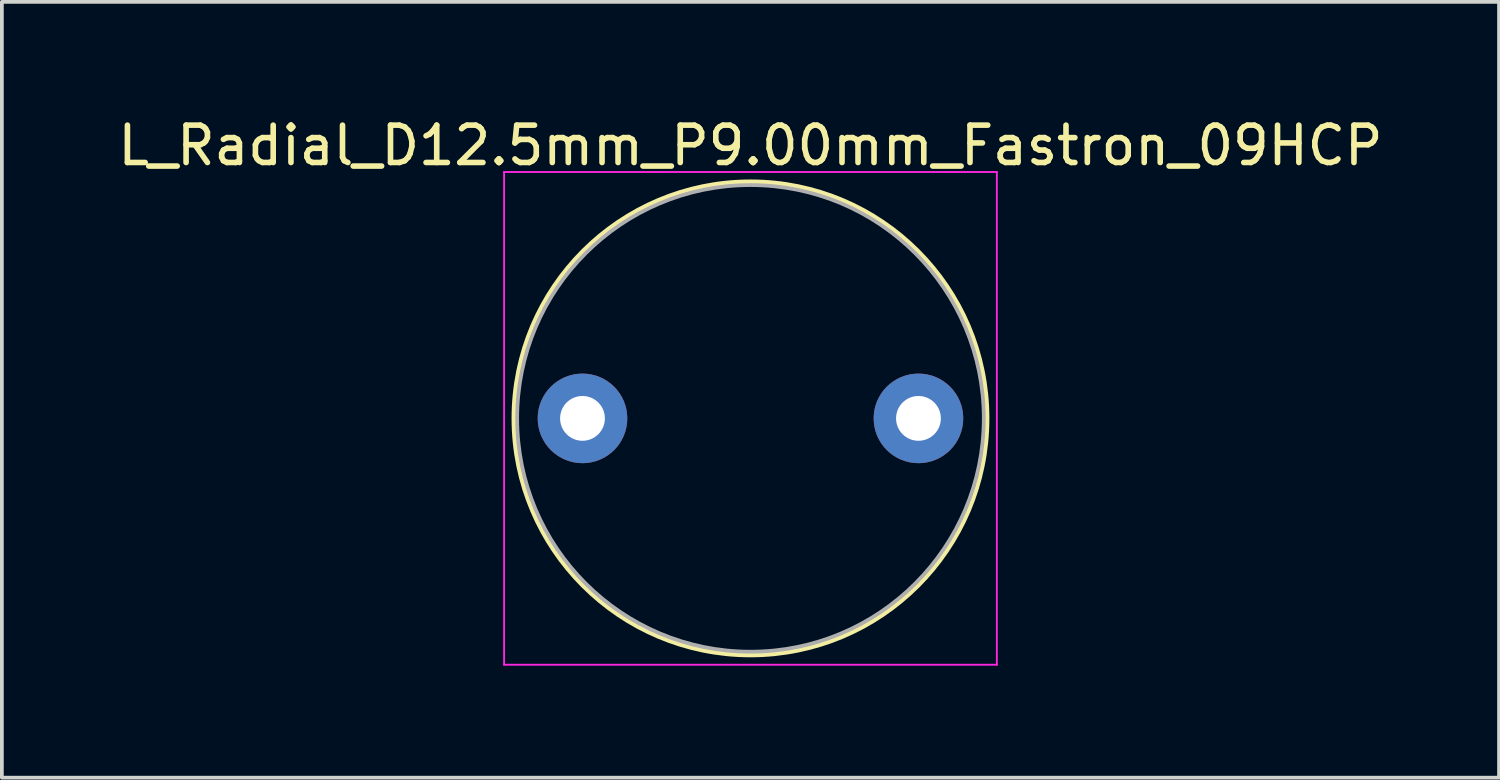
<source format=kicad_pcb>
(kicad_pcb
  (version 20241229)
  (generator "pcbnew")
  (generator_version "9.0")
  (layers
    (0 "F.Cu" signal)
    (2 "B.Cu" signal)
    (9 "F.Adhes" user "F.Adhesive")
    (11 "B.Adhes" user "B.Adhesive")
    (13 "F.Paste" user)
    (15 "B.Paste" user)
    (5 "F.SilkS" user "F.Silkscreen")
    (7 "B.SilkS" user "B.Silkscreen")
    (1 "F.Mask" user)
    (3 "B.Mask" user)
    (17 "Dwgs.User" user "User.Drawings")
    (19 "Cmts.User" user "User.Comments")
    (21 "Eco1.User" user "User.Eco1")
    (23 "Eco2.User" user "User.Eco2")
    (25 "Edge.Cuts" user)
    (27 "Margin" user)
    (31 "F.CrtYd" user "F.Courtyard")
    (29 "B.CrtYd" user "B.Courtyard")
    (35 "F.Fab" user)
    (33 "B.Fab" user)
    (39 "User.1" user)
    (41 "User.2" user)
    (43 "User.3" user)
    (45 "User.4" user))
  (footprint "L_Radial_D12.5mm_P9.00mm_Fastron_09HCP"
    (layer "F.Cu")
    (at 12.554 8.158)
    (property "Reference" "L_Radial_D12.5mm_P9.00mm_Fastron_09HCP" (at 4.5 -7.31 0) (layer "F.SilkS") (effects (font (size 1 1) (thickness 0.15))))
    (attr through_hole)
    (fp_circle (center 4.5 0) (end 10.84 0) (stroke (width 0.12) (type solid)) (fill no) (layer "F.SilkS"))
    (fp_line (start -2.1 -6.6) (end -2.1 6.6) (stroke (width 0.05) (type solid)) (layer "F.CrtYd"))
    (fp_line (start -2.1 6.6) (end 11.1 6.6) (stroke (width 0.05) (type solid)) (layer "F.CrtYd"))
    (fp_line (start 11.1 -6.6) (end -2.1 -6.6) (stroke (width 0.05) (type solid)) (layer "F.CrtYd"))
    (fp_line (start 11.1 6.6) (end 11.1 -6.6) (stroke (width 0.05) (type solid)) (layer "F.CrtYd"))
    (fp_circle (center 4.5 0) (end 10.75 0) (stroke (width 0.1) (type solid)) (fill no) (layer "F.Fab"))
    (pad "1" thru_hole circle (at 0 0) (size 2.4 2.4) (drill 1.2) (layers "*.Cu" "*.Mask"))
    (pad "2" thru_hole circle (at 9 0) (size 2.4 2.4) (drill 1.2) (layers "*.Cu" "*.Mask")))
  (gr_rect
    (start -3 -3)
    (end 37.107 17.783)
    (stroke (width 0.1) (type default))
    (fill no)
    (layer "Edge.Cuts")))
</source>
